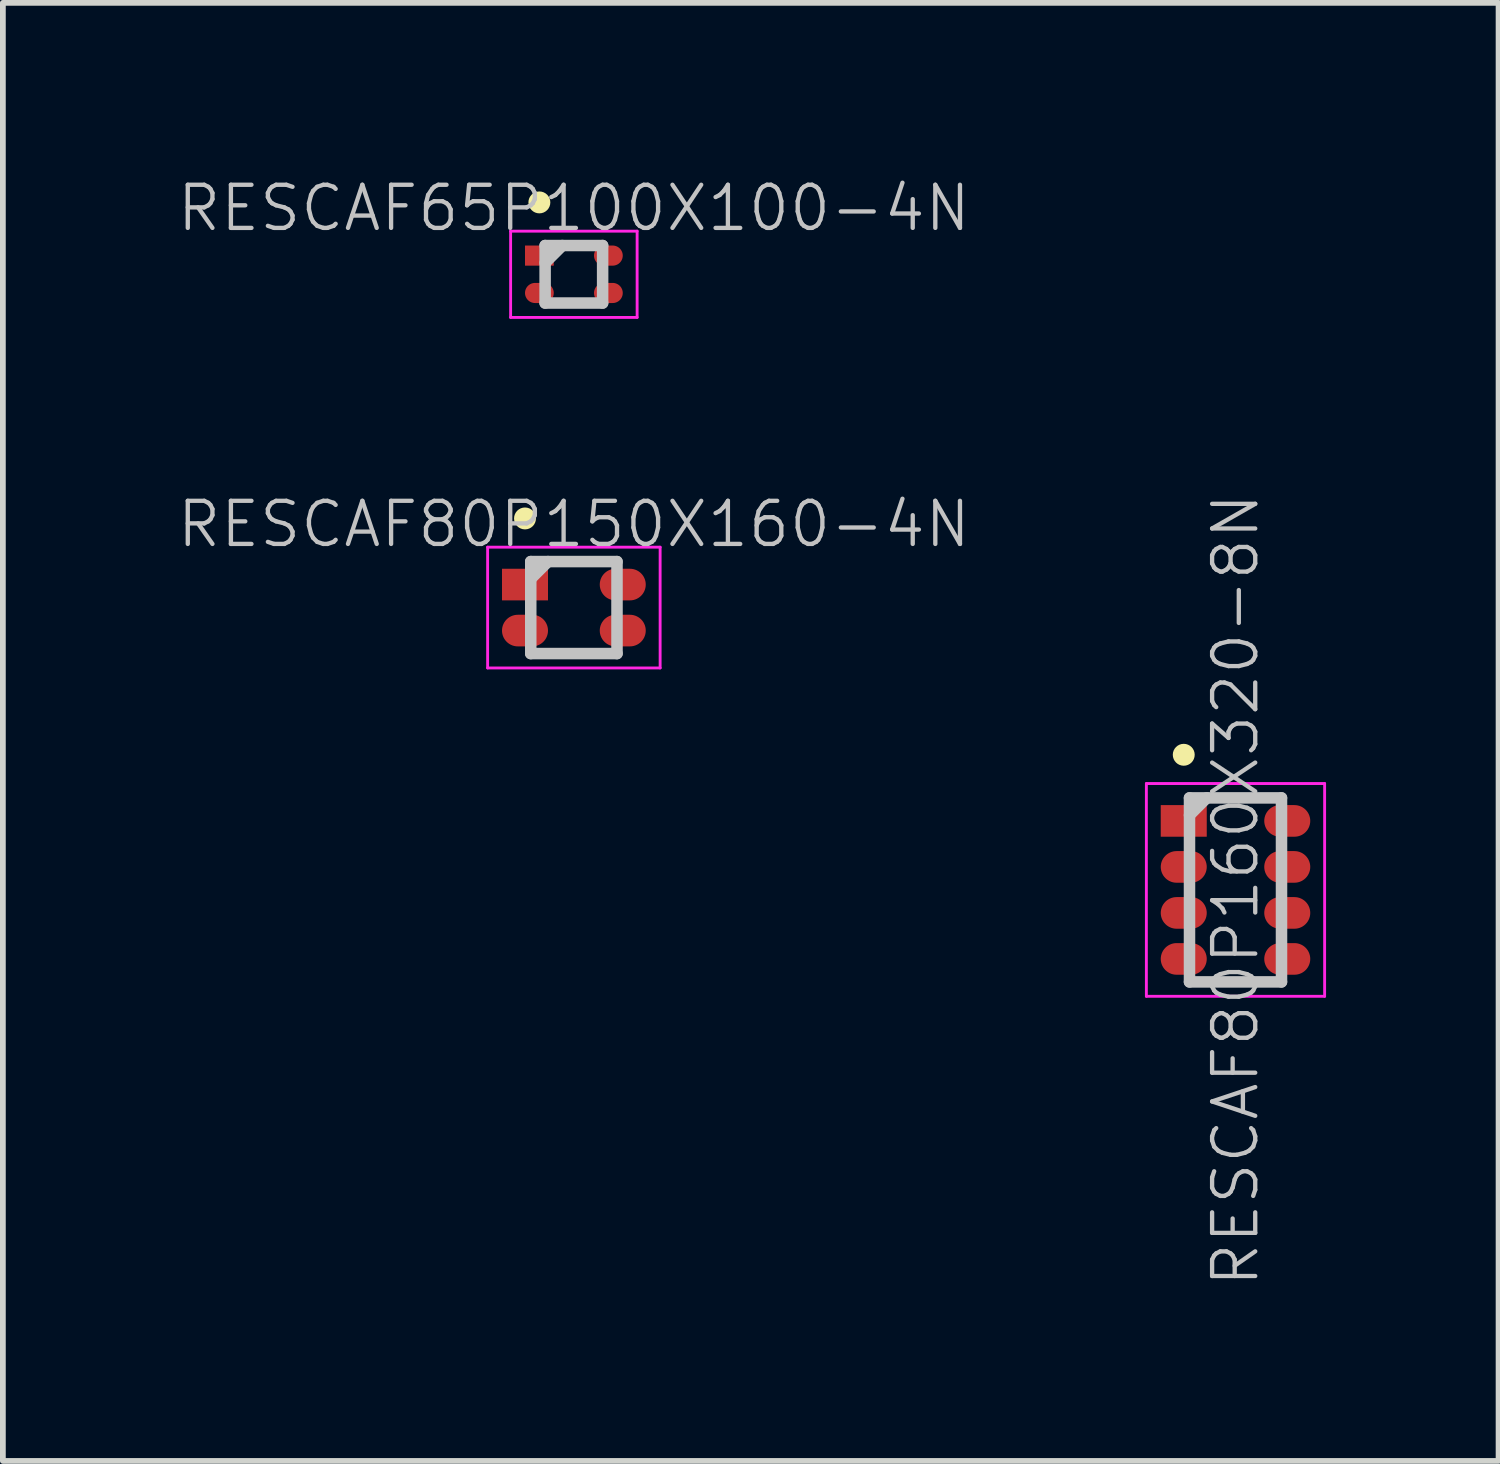
<source format=kicad_pcb>
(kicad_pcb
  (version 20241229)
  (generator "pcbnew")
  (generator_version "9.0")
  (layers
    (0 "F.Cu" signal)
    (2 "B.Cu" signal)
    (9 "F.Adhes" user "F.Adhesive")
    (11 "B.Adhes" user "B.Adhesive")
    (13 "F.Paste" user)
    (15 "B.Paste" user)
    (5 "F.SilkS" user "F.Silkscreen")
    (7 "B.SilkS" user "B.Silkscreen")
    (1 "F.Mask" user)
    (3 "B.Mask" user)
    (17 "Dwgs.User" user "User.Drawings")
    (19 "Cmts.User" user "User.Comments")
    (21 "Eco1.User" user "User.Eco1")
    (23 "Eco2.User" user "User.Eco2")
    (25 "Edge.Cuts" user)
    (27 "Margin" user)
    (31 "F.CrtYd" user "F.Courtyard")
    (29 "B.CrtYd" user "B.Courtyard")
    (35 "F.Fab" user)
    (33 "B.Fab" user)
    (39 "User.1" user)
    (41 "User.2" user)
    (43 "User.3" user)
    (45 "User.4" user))
  (footprint "RESCAF80P150X160-4N"
    (layer "F.Cu")
    (at 6.93 7.516)
    (property "Reference" "RESCAF80P150X160-4N" (at 0 -1.45 0) (layer "Dwgs.User") (effects (font (size 0.75 0.75) (thickness 0.075))))
    (attr smd)
    (fp_line (start -0.85 -1.55) (end -0.85 -1.55) (stroke (width 0.381) (type solid)) (layer "F.SilkS"))
    (fp_line (start -0.75 -0.8) (end -0.75 0.8) (stroke (width 0.2) (type solid)) (layer "Dwgs.User"))
    (fp_line (start -0.75 -0.8) (end 0.75 -0.8) (stroke (width 0.2) (type solid)) (layer "Dwgs.User"))
    (fp_line (start -0.75 -0.5) (end -0.45 -0.8) (stroke (width 0.2) (type solid)) (layer "Dwgs.User"))
    (fp_line (start -0.75 0.8) (end 0.75 0.8) (stroke (width 0.2) (type solid)) (layer "Dwgs.User"))
    (fp_line (start 0.75 -0.8) (end 0.75 0.8) (stroke (width 0.2) (type solid)) (layer "Dwgs.User"))
    (fp_line (start -1.5 -1.05) (end -1.5 1.05) (stroke (width 0.05) (type solid)) (layer "F.CrtYd"))
    (fp_line (start -1.5 -1.05) (end 1.5 -1.05) (stroke (width 0.05) (type solid)) (layer "F.CrtYd"))
    (fp_line (start -1.5 1.05) (end 1.5 1.05) (stroke (width 0.05) (type solid)) (layer "F.CrtYd"))
    (fp_line (start 1.5 -1.05) (end 1.5 1.05) (stroke (width 0.05) (type solid)) (layer "F.CrtYd"))
    (pad "1" smd rect (at -0.85 -0.4) (size 0.8 0.55) (layers "F.Cu" "F.Mask" "F.Paste"))
    (pad "2" smd oval (at -0.85 0.4) (size 0.8 0.55) (layers "F.Cu" "F.Mask" "F.Paste"))
    (pad "3" smd oval (at 0.85 0.4) (size 0.8 0.55) (layers "F.Cu" "F.Mask" "F.Paste"))
    (pad "4" smd oval (at 0.85 -0.4) (size 0.8 0.55) (layers "F.Cu" "F.Mask" "F.Paste")))
  (footprint "RESCAF80P160X320-8N"
    (layer "F.Cu")
    (at 18.436 12.426)
    (property "Reference" "RESCAF80P160X320-8N" (at 0 0 90) (layer "Dwgs.User") (effects (font (size 0.75 0.75) (thickness 0.075))))
    (attr smd)
    (fp_line (start -0.9 -2.35) (end -0.9 -2.35) (stroke (width 0.381) (type solid)) (layer "F.SilkS"))
    (fp_line (start -0.8 -1.6) (end -0.8 1.6) (stroke (width 0.2) (type solid)) (layer "Dwgs.User"))
    (fp_line (start -0.8 -1.6) (end 0.8 -1.6) (stroke (width 0.2) (type solid)) (layer "Dwgs.User"))
    (fp_line (start -0.8 -1.3) (end -0.5 -1.6) (stroke (width 0.2) (type solid)) (layer "Dwgs.User"))
    (fp_line (start -0.8 1.6) (end 0.8 1.6) (stroke (width 0.2) (type solid)) (layer "Dwgs.User"))
    (fp_line (start 0.8 -1.6) (end 0.8 1.6) (stroke (width 0.2) (type solid)) (layer "Dwgs.User"))
    (fp_line (start -1.55 -1.85) (end -1.55 1.85) (stroke (width 0.05) (type solid)) (layer "F.CrtYd"))
    (fp_line (start -1.55 -1.85) (end 1.55 -1.85) (stroke (width 0.05) (type solid)) (layer "F.CrtYd"))
    (fp_line (start -1.55 1.85) (end 1.55 1.85) (stroke (width 0.05) (type solid)) (layer "F.CrtYd"))
    (fp_line (start 1.55 -1.85) (end 1.55 1.85) (stroke (width 0.05) (type solid)) (layer "F.CrtYd"))
    (pad "1" smd rect (at -0.9 -1.2) (size 0.8 0.55) (layers "F.Cu" "F.Mask" "F.Paste"))
    (pad "2" smd oval (at -0.9 -0.4) (size 0.8 0.55) (layers "F.Cu" "F.Mask" "F.Paste"))
    (pad "3" smd oval (at -0.9 0.4) (size 0.8 0.55) (layers "F.Cu" "F.Mask" "F.Paste"))
    (pad "4" smd oval (at -0.9 1.2) (size 0.8 0.55) (layers "F.Cu" "F.Mask" "F.Paste"))
    (pad "5" smd oval (at 0.9 1.2) (size 0.8 0.55) (layers "F.Cu" "F.Mask" "F.Paste"))
    (pad "6" smd oval (at 0.9 0.4) (size 0.8 0.55) (layers "F.Cu" "F.Mask" "F.Paste"))
    (pad "7" smd oval (at 0.9 -0.4) (size 0.8 0.55) (layers "F.Cu" "F.Mask" "F.Paste"))
    (pad "8" smd oval (at 0.9 -1.2) (size 0.8 0.55) (layers "F.Cu" "F.Mask" "F.Paste")))
  (footprint "RESCAF65P100X100-4N"
    (layer "F.Cu")
    (at 6.93 1.72)
    (property "Reference" "RESCAF65P100X100-4N" (at 0 -1.15 0) (layer "Dwgs.User") (effects (font (size 0.75 0.75) (thickness 0.075))))
    (attr smd)
    (fp_line (start -0.6 -1.25) (end -0.6 -1.25) (stroke (width 0.381) (type solid)) (layer "F.SilkS"))
    (fp_line (start -0.5 -0.5) (end -0.5 0.5) (stroke (width 0.2) (type solid)) (layer "Dwgs.User"))
    (fp_line (start -0.5 -0.5) (end 0.5 -0.5) (stroke (width 0.2) (type solid)) (layer "Dwgs.User"))
    (fp_line (start -0.5 -0.2) (end -0.2 -0.5) (stroke (width 0.2) (type solid)) (layer "Dwgs.User"))
    (fp_line (start -0.5 0.5) (end 0.5 0.5) (stroke (width 0.2) (type solid)) (layer "Dwgs.User"))
    (fp_line (start 0.5 -0.5) (end 0.5 0.5) (stroke (width 0.2) (type solid)) (layer "Dwgs.User"))
    (fp_line (start -1.1 -0.75) (end -1.1 0.75) (stroke (width 0.05) (type solid)) (layer "F.CrtYd"))
    (fp_line (start -1.1 -0.75) (end 1.1 -0.75) (stroke (width 0.05) (type solid)) (layer "F.CrtYd"))
    (fp_line (start -1.1 0.75) (end 1.1 0.75) (stroke (width 0.05) (type solid)) (layer "F.CrtYd"))
    (fp_line (start 1.1 -0.75) (end 1.1 0.75) (stroke (width 0.05) (type solid)) (layer "F.CrtYd"))
    (pad "1" smd rect (at -0.6 -0.325) (size 0.5 0.35) (layers "F.Cu" "F.Mask" "F.Paste"))
    (pad "2" smd oval (at -0.6 0.325) (size 0.5 0.35) (layers "F.Cu" "F.Mask" "F.Paste"))
    (pad "3" smd oval (at 0.6 0.325) (size 0.5 0.35) (layers "F.Cu" "F.Mask" "F.Paste"))
    (pad "4" smd oval (at 0.6 -0.325) (size 0.5 0.35) (layers "F.Cu" "F.Mask" "F.Paste")))
  (gr_rect
    (start -3 -3)
    (end 23.011 22.356)
    (stroke (width 0.1) (type default))
    (fill no)
    (layer "Edge.Cuts")))
</source>
